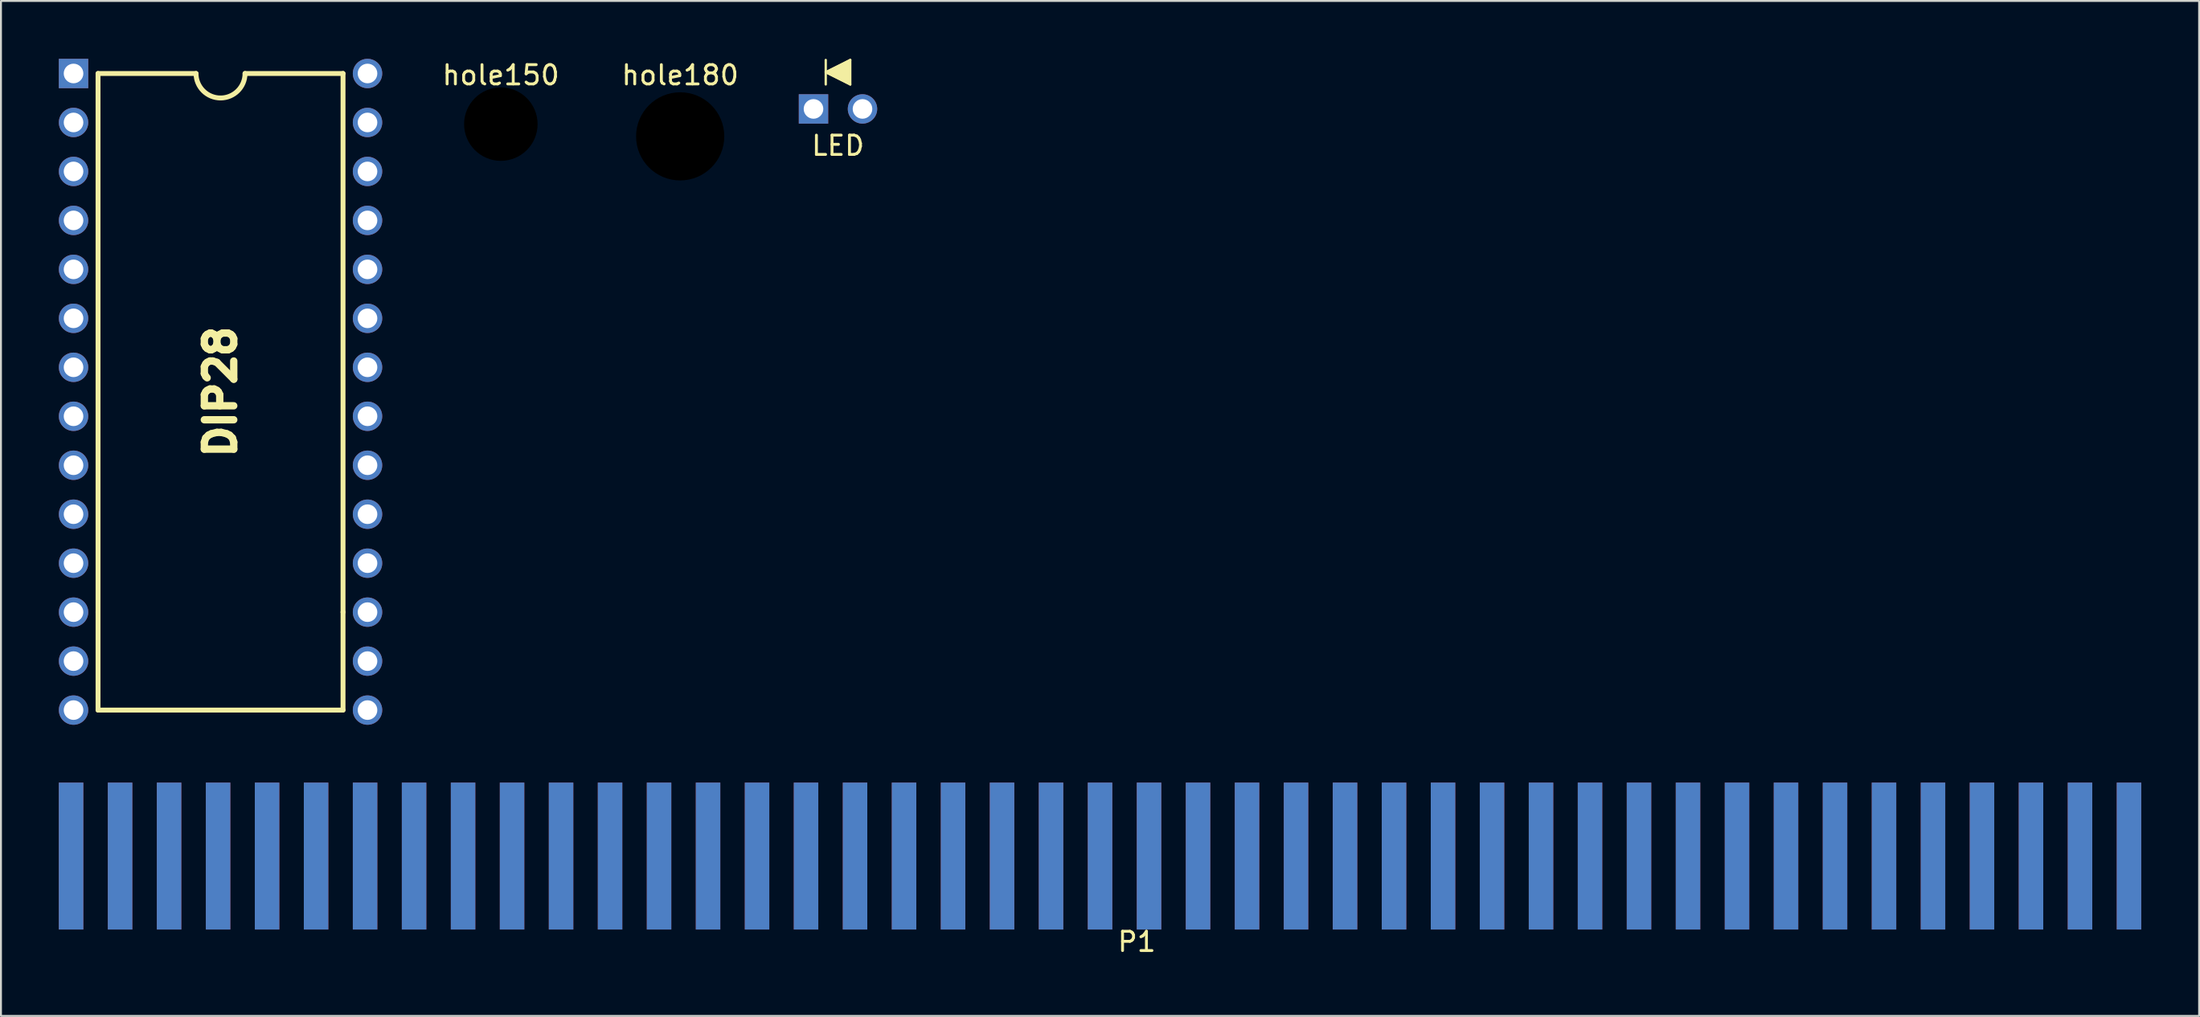
<source format=kicad_pcb>
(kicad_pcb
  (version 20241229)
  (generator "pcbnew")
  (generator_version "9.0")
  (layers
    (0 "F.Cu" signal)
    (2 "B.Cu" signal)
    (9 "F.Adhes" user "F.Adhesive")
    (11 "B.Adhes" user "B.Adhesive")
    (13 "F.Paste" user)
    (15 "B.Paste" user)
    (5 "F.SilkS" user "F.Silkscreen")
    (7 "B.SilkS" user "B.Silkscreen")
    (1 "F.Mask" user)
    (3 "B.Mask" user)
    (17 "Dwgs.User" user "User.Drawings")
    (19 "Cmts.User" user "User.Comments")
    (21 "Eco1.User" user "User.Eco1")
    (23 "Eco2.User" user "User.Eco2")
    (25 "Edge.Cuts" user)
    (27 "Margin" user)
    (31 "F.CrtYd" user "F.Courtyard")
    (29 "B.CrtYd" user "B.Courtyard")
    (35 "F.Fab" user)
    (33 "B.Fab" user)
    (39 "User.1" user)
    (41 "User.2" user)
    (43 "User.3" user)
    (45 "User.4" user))
  (footprint "DIP28"
    (layer "F.Cu")
    (at 8.382 17.272)
    (property "Reference" "DIP28" (at 0 0 90) (unlocked yes) (layer "F.SilkS") (effects (font (size 1.524 1.524) (thickness 0.381))))
    (attr through_hole)
    (fp_line (start -6.35 -16.51) (end -6.35 11.43) (stroke (width 0.254) (type solid)) (layer "F.SilkS"))
    (fp_line (start -6.35 -16.51) (end -1.27 -16.51) (stroke (width 0.254) (type solid)) (layer "F.SilkS"))
    (fp_line (start -6.35 11.43) (end -6.35 16.51) (stroke (width 0.254) (type solid)) (layer "F.SilkS"))
    (fp_line (start -6.35 16.51) (end 6.35 16.51) (stroke (width 0.254) (type solid)) (layer "F.SilkS"))
    (fp_line (start 6.35 -16.51) (end 1.27 -16.51) (stroke (width 0.254) (type solid)) (layer "F.SilkS"))
    (fp_line (start 6.35 11.43) (end 6.35 -16.51) (stroke (width 0.254) (type solid)) (layer "F.SilkS"))
    (fp_line (start 6.35 11.43) (end 6.35 16.51) (stroke (width 0.254) (type solid)) (layer "F.SilkS"))
    (fp_arc (start 0 -15.24) (mid -0.898026 -15.611974) (end -1.27 -16.51) (stroke (width 0.254) (type solid)) (layer "F.SilkS"))
    (fp_arc (start 1.27 -16.51) (mid 0.898026 -15.611974) (end 0 -15.24) (stroke (width 0.254) (type solid)) (layer "F.SilkS"))
    (pad "1" thru_hole rect (at -7.62 -16.51) (size 1.524 1.524) (drill 1.016) (layers "*.Cu" "*.Mask"))
    (pad "2" thru_hole circle (at -7.62 -13.97) (size 1.524 1.524) (drill 1.016) (layers "*.Cu" "*.Mask"))
    (pad "3" thru_hole circle (at -7.62 -11.43) (size 1.524 1.524) (drill 1.016) (layers "*.Cu" "*.Mask"))
    (pad "4" thru_hole circle (at -7.62 -8.89) (size 1.524 1.524) (drill 1.016) (layers "*.Cu" "*.Mask"))
    (pad "5" thru_hole circle (at -7.62 -6.35) (size 1.524 1.524) (drill 1.016) (layers "*.Cu" "*.Mask"))
    (pad "6" thru_hole circle (at -7.62 -3.81) (size 1.524 1.524) (drill 1.016) (layers "*.Cu" "*.Mask"))
    (pad "7" thru_hole circle (at -7.62 -1.27) (size 1.524 1.524) (drill 1.016) (layers "*.Cu" "*.Mask"))
    (pad "8" thru_hole circle (at -7.62 1.27) (size 1.524 1.524) (drill 1.016) (layers "*.Cu" "*.Mask"))
    (pad "9" thru_hole circle (at -7.62 3.81) (size 1.524 1.524) (drill 1.016) (layers "*.Cu" "*.Mask"))
    (pad "10" thru_hole circle (at -7.62 6.35) (size 1.524 1.524) (drill 1.016) (layers "*.Cu" "*.Mask"))
    (pad "11" thru_hole circle (at -7.62 8.89) (size 1.524 1.524) (drill 1.016) (layers "*.Cu" "*.Mask"))
    (pad "12" thru_hole circle (at -7.62 11.43) (size 1.524 1.524) (drill 1.016) (layers "*.Cu" "*.Mask"))
    (pad "13" thru_hole circle (at -7.62 13.97) (size 1.524 1.524) (drill 1.016) (layers "*.Cu" "*.Mask"))
    (pad "14" thru_hole circle (at -7.62 16.51) (size 1.524 1.524) (drill 1.016) (layers "*.Cu" "*.Mask"))
    (pad "15" thru_hole circle (at 7.62 16.51) (size 1.524 1.524) (drill 1.016) (layers "*.Cu" "*.Mask"))
    (pad "16" thru_hole circle (at 7.62 13.97) (size 1.524 1.524) (drill 1.016) (layers "*.Cu" "*.Mask"))
    (pad "17" thru_hole circle (at 7.62 11.43) (size 1.524 1.524) (drill 1.016) (layers "*.Cu" "*.Mask"))
    (pad "18" thru_hole circle (at 7.62 8.89) (size 1.524 1.524) (drill 1.016) (layers "*.Cu" "*.Mask"))
    (pad "19" thru_hole circle (at 7.62 6.35) (size 1.524 1.524) (drill 1.016) (layers "*.Cu" "*.Mask"))
    (pad "20" thru_hole circle (at 7.62 3.81) (size 1.524 1.524) (drill 1.016) (layers "*.Cu" "*.Mask"))
    (pad "21" thru_hole circle (at 7.62 1.27) (size 1.524 1.524) (drill 1.016) (layers "*.Cu" "*.Mask"))
    (pad "22" thru_hole circle (at 7.62 -1.27) (size 1.524 1.524) (drill 1.016) (layers "*.Cu" "*.Mask"))
    (pad "23" thru_hole circle (at 7.62 -3.81) (size 1.524 1.524) (drill 1.016) (layers "*.Cu" "*.Mask"))
    (pad "24" thru_hole circle (at 7.62 -6.35) (size 1.524 1.524) (drill 1.016) (layers "*.Cu" "*.Mask"))
    (pad "25" thru_hole circle (at 7.62 -8.89) (size 1.524 1.524) (drill 1.016) (layers "*.Cu" "*.Mask"))
    (pad "26" thru_hole circle (at 7.62 -11.43) (size 1.524 1.524) (drill 1.016) (layers "*.Cu" "*.Mask"))
    (pad "27" thru_hole circle (at 7.62 -13.97) (size 1.524 1.524) (drill 1.016) (layers "*.Cu" "*.Mask"))
    (pad "28" thru_hole circle (at 7.62 -16.51) (size 1.524 1.524) (drill 1.016) (layers "*.Cu" "*.Mask")))
  (footprint "hole150"
    (layer "F.Cu")
    (at 22.913 3.388)
    (property "Reference" "hole150" (at 0 -2.54 0) (unlocked yes) (layer "F.SilkS") (effects (font (size 1 1) (thickness 0.15))))
    (attr through_hole)
    (pad "" np_thru_hole circle (at 0 0) (size 3.81 3.81) (drill 3.81) (layers "*.Mask")))
  (footprint "LED"
    (layer "F.Cu")
    (at 40.391 2.6)
    (property "Reference" "LED" (at 0 1.905 0) (unlocked yes) (layer "F.SilkS") (effects (font (size 1 1) (thickness 0.15))))
    (attr through_hole)
    (fp_line (start -0.635 -2.54) (end -0.635 -1.27) (stroke (width 0.12) (type solid)) (layer "F.SilkS"))
    (fp_line (start -0.635 -1.905) (end 0.635 -2.54) (stroke (width 0.12) (type solid)) (layer "F.SilkS"))
    (fp_line (start 0.635 -2.54) (end 0.635 -1.27) (stroke (width 0.12) (type solid)) (layer "F.SilkS"))
    (fp_line (start 0.635 -1.27) (end -0.635 -1.905) (stroke (width 0.12) (type solid)) (layer "F.SilkS"))
    (fp_poly (pts (xy 0.635 -1.27) (xy -0.635 -1.905) (xy 0.635 -2.54)) (stroke (width 0.1) (type solid)) (fill yes) (layer "F.SilkS"))
    (pad "1" thru_hole rect (at -1.27 0 180) (size 1.524 1.524) (drill 1.016) (layers "*.Cu" "*.Mask"))
    (pad "2" thru_hole circle (at 1.27 0 180) (size 1.524 1.524) (drill 1.016) (layers "*.Cu" "*.Mask")))
  (footprint "P1"
    (layer "F.Cu")
    (at 53.975 41.354)
    (property "Reference" "P1" (at 1.905 4.445 0) (layer "F.SilkS") (effects (font (size 1 1) (thickness 0.15))))
    (attr through_hole)
    (pad "1" connect trapezoid (at -53.34 0) (size 1.27 7.62) (layers "B.Cu" "B.Mask"))
    (pad "2" connect trapezoid (at -53.34 0) (size 1.27 7.62) (layers "F.Cu" "F.Mask"))
    (pad "3" connect trapezoid (at -50.8 0) (size 1.27 7.62) (layers "B.Cu" "B.Mask"))
    (pad "4" connect trapezoid (at -50.8 0) (size 1.27 7.62) (layers "F.Cu" "F.Mask"))
    (pad "5" connect trapezoid (at -48.26 0) (size 1.27 7.62) (layers "B.Cu" "B.Mask"))
    (pad "6" connect trapezoid (at -48.26 0) (size 1.27 7.62) (layers "F.Cu" "F.Mask"))
    (pad "7" connect trapezoid (at -45.72 0) (size 1.27 7.62) (layers "B.Cu" "B.Mask"))
    (pad "8" connect trapezoid (at -45.72 0) (size 1.27 7.62) (layers "F.Cu" "F.Mask"))
    (pad "9" connect trapezoid (at -43.18 0) (size 1.27 7.62) (layers "B.Cu" "B.Mask"))
    (pad "10" connect trapezoid (at -43.18 0) (size 1.27 7.62) (layers "F.Cu" "F.Mask"))
    (pad "11" connect trapezoid (at -40.64 0) (size 1.27 7.62) (layers "B.Cu" "B.Mask"))
    (pad "12" connect trapezoid (at -40.64 0) (size 1.27 7.62) (layers "F.Cu" "F.Mask"))
    (pad "13" connect trapezoid (at -38.1 0) (size 1.27 7.62) (layers "B.Cu" "B.Mask"))
    (pad "14" connect trapezoid (at -38.1 0) (size 1.27 7.62) (layers "F.Cu" "F.Mask"))
    (pad "15" connect trapezoid (at -35.56 0) (size 1.27 7.62) (layers "B.Cu" "B.Mask"))
    (pad "16" connect trapezoid (at -35.56 0) (size 1.27 7.62) (layers "F.Cu" "F.Mask"))
    (pad "17" connect trapezoid (at -33.02 0) (size 1.27 7.62) (layers "B.Cu" "B.Mask"))
    (pad "18" connect trapezoid (at -33.02 0) (size 1.27 7.62) (layers "F.Cu" "F.Mask"))
    (pad "19" connect trapezoid (at -30.48 0) (size 1.27 7.62) (layers "B.Cu" "B.Mask"))
    (pad "20" connect trapezoid (at -30.48 0) (size 1.27 7.62) (layers "F.Cu" "F.Mask"))
    (pad "21" connect trapezoid (at -27.94 0) (size 1.27 7.62) (layers "B.Cu" "B.Mask"))
    (pad "22" connect trapezoid (at -27.94 0) (size 1.27 7.62) (layers "F.Cu" "F.Mask"))
    (pad "23" connect trapezoid (at -25.4 0) (size 1.27 7.62) (layers "B.Cu" "B.Mask"))
    (pad "24" connect trapezoid (at -25.4 0) (size 1.27 7.62) (layers "F.Cu" "F.Mask"))
    (pad "25" connect trapezoid (at -22.86 0) (size 1.27 7.62) (layers "B.Cu" "B.Mask"))
    (pad "26" connect trapezoid (at -22.86 0) (size 1.27 7.62) (layers "F.Cu" "F.Mask"))
    (pad "27" connect trapezoid (at -20.32 0) (size 1.27 7.62) (layers "B.Cu" "B.Mask"))
    (pad "28" connect trapezoid (at -20.32 0) (size 1.27 7.62) (layers "F.Cu" "F.Mask"))
    (pad "29" connect trapezoid (at -17.78 0) (size 1.27 7.62) (layers "B.Cu" "B.Mask"))
    (pad "30" connect trapezoid (at -17.78 0) (size 1.27 7.62) (layers "F.Cu" "F.Mask"))
    (pad "31" connect trapezoid (at -15.24 0) (size 1.27 7.62) (layers "B.Cu" "B.Mask"))
    (pad "32" connect trapezoid (at -15.24 0) (size 1.27 7.62) (layers "F.Cu" "F.Mask"))
    (pad "33" connect trapezoid (at -12.7 0) (size 1.27 7.62) (layers "B.Cu" "B.Mask"))
    (pad "34" connect trapezoid (at -12.7 0) (size 1.27 7.62) (layers "F.Cu" "F.Mask"))
    (pad "35" connect trapezoid (at -10.16 0) (size 1.27 7.62) (layers "B.Cu" "B.Mask"))
    (pad "36" connect trapezoid (at -10.16 0) (size 1.27 7.62) (layers "F.Cu" "F.Mask"))
    (pad "37" connect trapezoid (at -7.62 0) (size 1.27 7.62) (layers "B.Cu" "B.Mask"))
    (pad "38" connect trapezoid (at -7.62 0) (size 1.27 7.62) (layers "F.Cu" "F.Mask"))
    (pad "39" connect trapezoid (at -5.08 0) (size 1.27 7.62) (layers "B.Cu" "B.Mask"))
    (pad "40" connect trapezoid (at -5.08 0) (size 1.27 7.62) (layers "F.Cu" "F.Mask"))
    (pad "41" connect trapezoid (at -2.54 0) (size 1.27 7.62) (layers "B.Cu" "B.Mask"))
    (pad "42" connect trapezoid (at -2.54 0) (size 1.27 7.62) (layers "F.Cu" "F.Mask"))
    (pad "43" connect trapezoid (at 0 0) (size 1.27 7.62) (layers "B.Cu" "B.Mask"))
    (pad "44" connect trapezoid (at 0 0) (size 1.27 7.62) (layers "F.Cu" "F.Mask"))
    (pad "45" connect trapezoid (at 2.54 0) (size 1.27 7.62) (layers "B.Cu" "B.Mask"))
    (pad "46" connect trapezoid (at 2.54 0) (size 1.27 7.62) (layers "F.Cu" "F.Mask"))
    (pad "47" connect trapezoid (at 5.08 0) (size 1.27 7.62) (layers "B.Cu" "B.Mask"))
    (pad "48" connect trapezoid (at 5.08 0) (size 1.27 7.62) (layers "F.Cu" "F.Mask"))
    (pad "49" connect trapezoid (at 7.62 0) (size 1.27 7.62) (layers "B.Cu" "B.Mask"))
    (pad "50" connect trapezoid (at 7.62 0) (size 1.27 7.62) (layers "F.Cu" "F.Mask"))
    (pad "51" connect trapezoid (at 10.16 0) (size 1.27 7.62) (layers "B.Cu" "B.Mask"))
    (pad "52" connect trapezoid (at 10.16 0) (size 1.27 7.62) (layers "F.Cu" "F.Mask"))
    (pad "53" connect trapezoid (at 12.7 0) (size 1.27 7.62) (layers "B.Cu" "B.Mask"))
    (pad "54" connect trapezoid (at 12.7 0) (size 1.27 7.62) (layers "F.Cu" "F.Mask"))
    (pad "55" connect trapezoid (at 15.24 0) (size 1.27 7.62) (layers "B.Cu" "B.Mask"))
    (pad "56" connect trapezoid (at 15.24 0) (size 1.27 7.62) (layers "F.Cu" "F.Mask"))
    (pad "57" connect trapezoid (at 17.78 0) (size 1.27 7.62) (layers "B.Cu" "B.Mask"))
    (pad "58" connect trapezoid (at 17.78 0) (size 1.27 7.62) (layers "F.Cu" "F.Mask"))
    (pad "59" connect trapezoid (at 20.32 0) (size 1.27 7.62) (layers "B.Cu" "B.Mask"))
    (pad "60" connect trapezoid (at 20.32 0) (size 1.27 7.62) (layers "F.Cu" "F.Mask"))
    (pad "61" connect trapezoid (at 22.86 0) (size 1.27 7.62) (layers "B.Cu" "B.Mask"))
    (pad "62" connect trapezoid (at 22.86 0) (size 1.27 7.62) (layers "F.Cu" "F.Mask"))
    (pad "63" connect trapezoid (at 25.4 0) (size 1.27 7.62) (layers "B.Cu" "B.Mask"))
    (pad "64" connect trapezoid (at 25.4 0) (size 1.27 7.62) (layers "F.Cu" "F.Mask"))
    (pad "65" connect trapezoid (at 27.94 0) (size 1.27 7.62) (layers "B.Cu" "B.Mask"))
    (pad "66" connect trapezoid (at 27.94 0) (size 1.27 7.62) (layers "F.Cu" "F.Mask"))
    (pad "67" connect trapezoid (at 30.48 0) (size 1.27 7.62) (layers "B.Cu" "B.Mask"))
    (pad "68" connect trapezoid (at 30.48 0) (size 1.27 7.62) (layers "F.Cu" "F.Mask"))
    (pad "69" connect trapezoid (at 33.02 0) (size 1.27 7.62) (layers "B.Cu" "B.Mask"))
    (pad "70" connect trapezoid (at 33.02 0) (size 1.27 7.62) (layers "F.Cu" "F.Mask"))
    (pad "71" connect trapezoid (at 35.56 0) (size 1.27 7.62) (layers "B.Cu" "B.Mask"))
    (pad "72" connect trapezoid (at 35.56 0) (size 1.27 7.62) (layers "F.Cu" "F.Mask"))
    (pad "73" connect trapezoid (at 38.1 0) (size 1.27 7.62) (layers "B.Cu" "B.Mask"))
    (pad "74" connect trapezoid (at 38.1 0) (size 1.27 7.62) (layers "F.Cu" "F.Mask"))
    (pad "75" connect trapezoid (at 40.64 0) (size 1.27 7.62) (layers "B.Cu" "B.Mask"))
    (pad "76" connect trapezoid (at 40.64 0) (size 1.27 7.62) (layers "F.Cu" "F.Mask"))
    (pad "77" connect trapezoid (at 43.18 0) (size 1.27 7.62) (layers "B.Cu" "B.Mask"))
    (pad "78" connect trapezoid (at 43.18 0) (size 1.27 7.62) (layers "F.Cu" "F.Mask"))
    (pad "79" connect trapezoid (at 45.72 0) (size 1.27 7.62) (layers "B.Cu" "B.Mask"))
    (pad "80" connect trapezoid (at 45.72 0) (size 1.27 7.62) (layers "F.Cu" "F.Mask"))
    (pad "81" connect trapezoid (at 48.26 0) (size 1.27 7.62) (layers "B.Cu" "B.Mask"))
    (pad "82" connect trapezoid (at 48.26 0) (size 1.27 7.62) (layers "F.Cu" "F.Mask"))
    (pad "83" connect trapezoid (at 50.8 0) (size 1.27 7.62) (layers "B.Cu" "B.Mask"))
    (pad "84" connect trapezoid (at 50.8 0) (size 1.27 7.62) (layers "F.Cu" "F.Mask"))
    (pad "85" connect trapezoid (at 53.34 0) (size 1.27 7.62) (layers "B.Cu" "B.Mask"))
    (pad "86" connect trapezoid (at 53.34 0) (size 1.27 7.62) (layers "F.Cu" "F.Mask")))
  (footprint "hole180"
    (layer "F.Cu")
    (at 32.21 4.023)
    (property "Reference" "hole180" (at 0 -3.175 0) (unlocked yes) (layer "F.SilkS") (effects (font (size 1 1) (thickness 0.15))))
    (attr through_hole)
    (pad "" np_thru_hole circle (at 0 0) (size 4.572 4.572) (drill 4.572) (layers "*.Mask")))
  (gr_rect
    (start -3 -3)
    (end 110.95 49.647)
    (stroke (width 0.1) (type default))
    (fill no)
    (layer "Edge.Cuts")))
</source>
